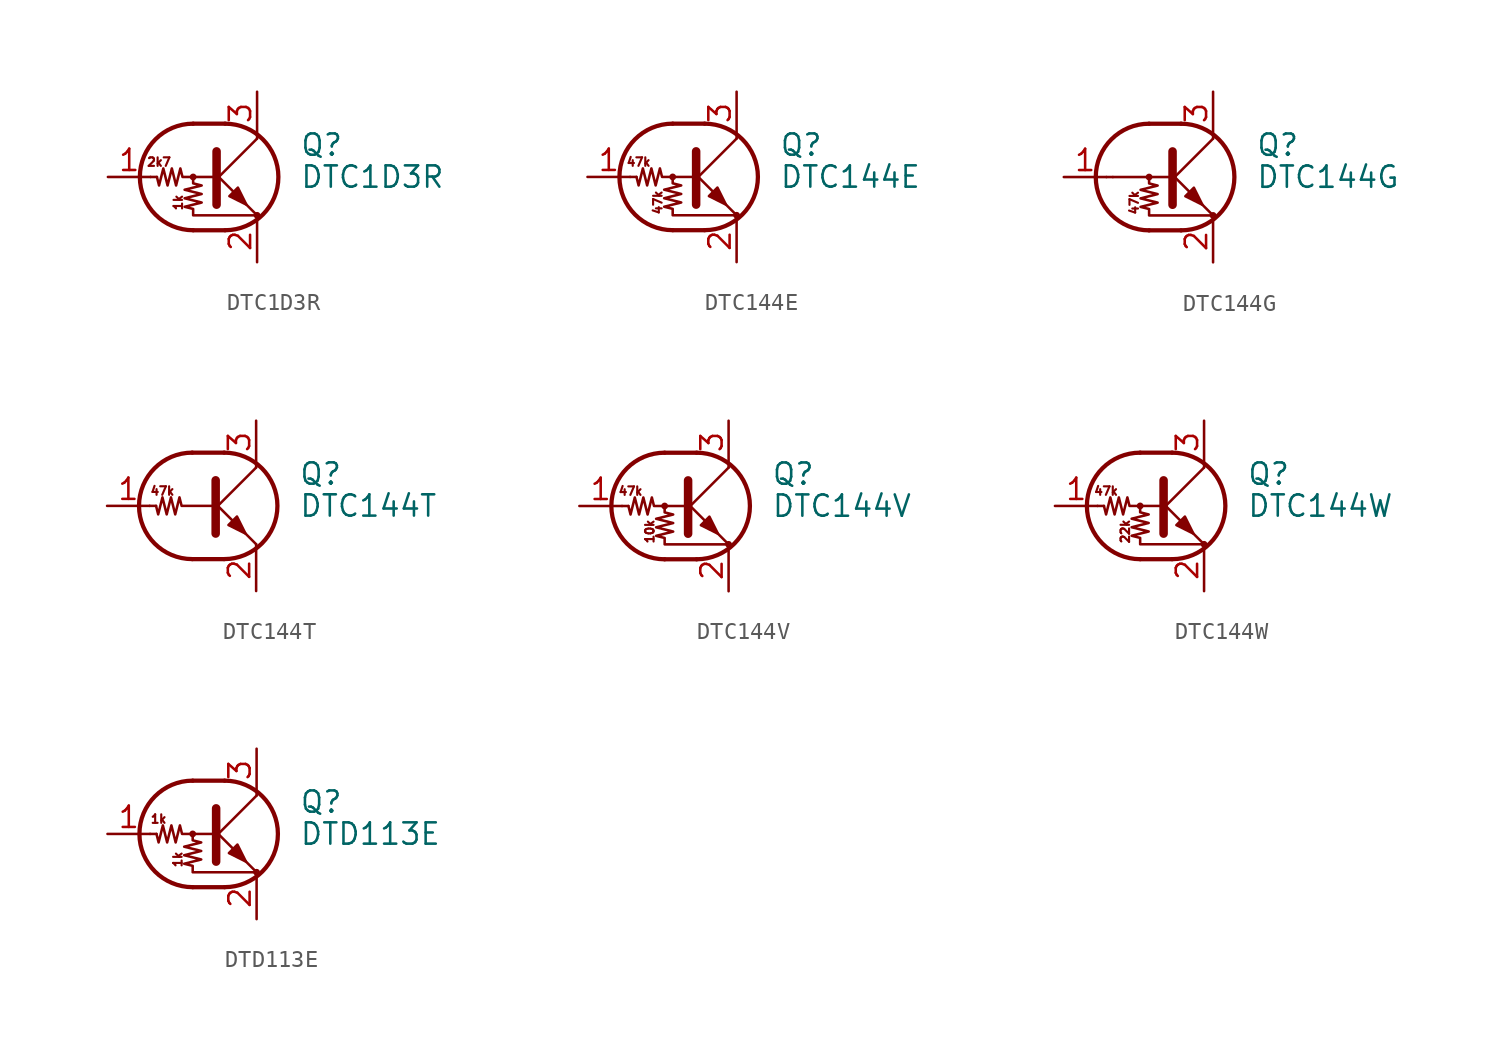
<source format=kicad_sym>
(kicad_symbol_lib
  (version 20220914)
  (generator kicad_symbol_editor)
  (symbol "DTC1D3R"
    (pin_names
      (offset 0) hide)
    (property "Reference" "Q"
      (at 5.08 1.905 0)
      (effects (font (size 1.27 1.27)) (justify left)))
    (property "Value" "DTC1D3R"
      (at 5.08 0 0)
      (effects (font (size 1.27 1.27)) (justify left)))
    (symbol "DTC1D3R_0_0"
      (text "1k" (at -2.159 -1.524 900) (effects (font (size 0.508 0.508))))
      (text "2k7" (at -3.302 0.889 0) (effects (font (size 0.508 0.508)))))
    (symbol "DTC1D3R_0_1"
      (circle (center -1.27 0) (radius 0.127) (stroke (width 0) (type solid)) (fill (type none)))
      (arc (start -1.27 3.175) (mid -4.4312 0) (end -1.27 -3.175) (stroke (width 0.254) (type solid)) (fill (type none)))
      (polyline (pts (xy -3.429 0) (xy -3.81 0)) (stroke (width 0) (type solid)) (fill (type none)))
      (polyline (pts (xy -1.27 -3.175) (xy 0.635 -3.175)) (stroke (width 0.254) (type solid)) (fill (type none)))
      (polyline (pts (xy -1.27 3.175) (xy 0.635 3.175)) (stroke (width 0.254) (type solid)) (fill (type none)))
      (polyline (pts (xy 0 -0.254) (xy 2.54 2.286)) (stroke (width 0) (type solid)) (fill (type none)))
      (polyline (pts (xy 0.127 1.524) (xy 0.127 -1.651)) (stroke (width 0.508) (type solid)) (fill (type outline)))
      (polyline (pts (xy 2.54 2.286) (xy 2.54 2.54)) (stroke (width 0) (type solid)) (fill (type none)))
      (polyline (pts (xy 2.54 -2.286) (xy 0 0.254) (xy 0 0.254)) (stroke (width 0) (type solid)) (fill (type none)))
      (polyline (pts (xy 0.889 -1.143) (xy 1.397 -0.635) (xy 1.905 -1.651) (xy 0.889 -1.143)) (stroke (width 0) (type solid)) (fill (type outline)))
      (polyline (pts (xy 0 0) (xy -1.905 0) (xy -2.032 0.508) (xy -2.286 -0.508) (xy -2.54 0.508) (xy -2.794 -0.508) (xy -3.048 0.508) (xy -3.302 -0.508) (xy -3.429 0)) (stroke (width 0) (type solid)) (fill (type none)))
      (polyline (pts (xy -1.27 0) (xy -1.27 -0.381) (xy -0.762 -0.508) (xy -1.778 -0.762) (xy -0.762 -1.016) (xy -1.778 -1.27) (xy -0.762 -1.524) (xy -1.778 -1.778) (xy -1.27 -1.905) (xy -1.27 -2.286) (xy 2.54 -2.286)) (stroke (width 0) (type solid)) (fill (type none)))
      (arc (start 0.635 -3.175) (mid 3.7962 0) (end 0.635 3.175) (stroke (width 0.254) (type solid)) (fill (type none)))
      (circle (center 2.54 -2.286) (radius 0.127) (stroke (width 0) (type solid)) (fill (type none))))
    (symbol "DTC1D3R_1_1"
      (pin input line (at -6.35 0 0) (length 2.54) (name "B" (effects (font (size 1.27 1.27)))) (number "1" (effects (font (size 1.27 1.27)))))
      (pin passive line (at 2.54 -5.08 90) (length 2.54) (name "E" (effects (font (size 1.27 1.27)))) (number "2" (effects (font (size 1.27 1.27)))))
      (pin passive line (at 2.54 5.08 270) (length 2.54) (name "C" (effects (font (size 1.27 1.27)))) (number "3" (effects (font (size 1.27 1.27)))))))
  (symbol "DTC144E"
    (pin_names
      (offset 0) hide)
    (property "Reference" "Q"
      (at 5.08 1.905 0)
      (effects (font (size 1.27 1.27)) (justify left)))
    (property "Value" "DTC144E"
      (at 5.08 0 0)
      (effects (font (size 1.27 1.27)) (justify left)))
    (symbol "DTC144E_0_0"
      (text "47k" (at -3.302 0.889 0) (effects (font (size 0.508 0.508))))
      (text "47k" (at -2.159 -1.524 900) (effects (font (size 0.508 0.508)))))
    (symbol "DTC144E_0_1"
      (circle (center -1.27 0) (radius 0.127) (stroke (width 0) (type solid)) (fill (type none)))
      (arc (start -1.27 3.175) (mid -4.4312 0) (end -1.27 -3.175) (stroke (width 0.254) (type solid)) (fill (type none)))
      (polyline (pts (xy -3.429 0) (xy -3.81 0)) (stroke (width 0) (type solid)) (fill (type none)))
      (polyline (pts (xy -1.27 -3.175) (xy 0.635 -3.175)) (stroke (width 0.254) (type solid)) (fill (type none)))
      (polyline (pts (xy -1.27 3.175) (xy 0.635 3.175)) (stroke (width 0.254) (type solid)) (fill (type none)))
      (polyline (pts (xy 0 -0.254) (xy 2.54 2.286)) (stroke (width 0) (type solid)) (fill (type none)))
      (polyline (pts (xy 0.127 1.524) (xy 0.127 -1.651)) (stroke (width 0.508) (type solid)) (fill (type outline)))
      (polyline (pts (xy 2.54 2.286) (xy 2.54 2.54)) (stroke (width 0) (type solid)) (fill (type none)))
      (polyline (pts (xy 2.54 -2.286) (xy 0 0.254) (xy 0 0.254)) (stroke (width 0) (type solid)) (fill (type none)))
      (polyline (pts (xy 0.889 -1.143) (xy 1.397 -0.635) (xy 1.905 -1.651) (xy 0.889 -1.143)) (stroke (width 0) (type solid)) (fill (type outline)))
      (polyline (pts (xy 0 0) (xy -1.905 0) (xy -2.032 0.508) (xy -2.286 -0.508) (xy -2.54 0.508) (xy -2.794 -0.508) (xy -3.048 0.508) (xy -3.302 -0.508) (xy -3.429 0)) (stroke (width 0) (type solid)) (fill (type none)))
      (polyline (pts (xy -1.27 0) (xy -1.27 -0.381) (xy -0.762 -0.508) (xy -1.778 -0.762) (xy -0.762 -1.016) (xy -1.778 -1.27) (xy -0.762 -1.524) (xy -1.778 -1.778) (xy -1.27 -1.905) (xy -1.27 -2.286) (xy 2.54 -2.286)) (stroke (width 0) (type solid)) (fill (type none)))
      (arc (start 0.635 -3.175) (mid 3.7962 0) (end 0.635 3.175) (stroke (width 0.254) (type solid)) (fill (type none)))
      (circle (center 2.54 -2.286) (radius 0.127) (stroke (width 0) (type solid)) (fill (type none))))
    (symbol "DTC144E_1_1"
      (pin input line (at -6.35 0 0) (length 2.54) (name "B" (effects (font (size 1.27 1.27)))) (number "1" (effects (font (size 1.27 1.27)))))
      (pin passive line (at 2.54 -5.08 90) (length 2.54) (name "E" (effects (font (size 1.27 1.27)))) (number "2" (effects (font (size 1.27 1.27)))))
      (pin passive line (at 2.54 5.08 270) (length 2.54) (name "C" (effects (font (size 1.27 1.27)))) (number "3" (effects (font (size 1.27 1.27)))))))
  (symbol "DTC144G"
    (pin_names
      (offset 0) hide)
    (property "Reference" "Q"
      (at 5.08 1.905 0)
      (effects (font (size 1.27 1.27)) (justify left)))
    (property "Value" "DTC144G"
      (at 5.08 0 0)
      (effects (font (size 1.27 1.27)) (justify left)))
    (symbol "DTC144G_0_0"
      (polyline (pts (xy -3.429 0) (xy 0 0)) (stroke (width 0) (type solid)) (fill (type none)))
      (text "47k" (at -2.159 -1.524 900) (effects (font (size 0.508 0.508)))))
    (symbol "DTC144G_0_1"
      (circle (center -1.27 0) (radius 0.127) (stroke (width 0) (type solid)) (fill (type none)))
      (arc (start -1.27 3.175) (mid -4.4312 0) (end -1.27 -3.175) (stroke (width 0.254) (type solid)) (fill (type none)))
      (polyline (pts (xy -3.429 0) (xy -3.81 0)) (stroke (width 0) (type solid)) (fill (type none)))
      (polyline (pts (xy -1.27 -3.175) (xy 0.635 -3.175)) (stroke (width 0.254) (type solid)) (fill (type none)))
      (polyline (pts (xy -1.27 3.175) (xy 0.635 3.175)) (stroke (width 0.254) (type solid)) (fill (type none)))
      (polyline (pts (xy 0 -0.254) (xy 2.54 2.286)) (stroke (width 0) (type solid)) (fill (type none)))
      (polyline (pts (xy 0.127 1.524) (xy 0.127 -1.651)) (stroke (width 0.508) (type solid)) (fill (type outline)))
      (polyline (pts (xy 2.54 2.286) (xy 2.54 2.54)) (stroke (width 0) (type solid)) (fill (type none)))
      (polyline (pts (xy 2.54 -2.286) (xy 0 0.254) (xy 0 0.254)) (stroke (width 0) (type solid)) (fill (type none)))
      (polyline (pts (xy 0.889 -1.143) (xy 1.397 -0.635) (xy 1.905 -1.651) (xy 0.889 -1.143)) (stroke (width 0) (type solid)) (fill (type outline)))
      (polyline (pts (xy -1.27 0) (xy -1.27 -0.381) (xy -0.762 -0.508) (xy -1.778 -0.762) (xy -0.762 -1.016) (xy -1.778 -1.27) (xy -0.762 -1.524) (xy -1.778 -1.778) (xy -1.27 -1.905) (xy -1.27 -2.286) (xy 2.54 -2.286)) (stroke (width 0) (type solid)) (fill (type none)))
      (arc (start 0.635 -3.175) (mid 3.7962 0) (end 0.635 3.175) (stroke (width 0.254) (type solid)) (fill (type none)))
      (circle (center 2.54 -2.286) (radius 0.127) (stroke (width 0) (type solid)) (fill (type none))))
    (symbol "DTC144G_1_1"
      (pin input line (at -6.35 0 0) (length 2.54) (name "B" (effects (font (size 1.27 1.27)))) (number "1" (effects (font (size 1.27 1.27)))))
      (pin passive line (at 2.54 -5.08 90) (length 2.54) (name "E" (effects (font (size 1.27 1.27)))) (number "2" (effects (font (size 1.27 1.27)))))
      (pin passive line (at 2.54 5.08 270) (length 2.54) (name "C" (effects (font (size 1.27 1.27)))) (number "3" (effects (font (size 1.27 1.27)))))))
  (symbol "DTC144T"
    (pin_names
      (offset 0) hide)
    (property "Reference" "Q"
      (at 5.08 1.905 0)
      (effects (font (size 1.27 1.27)) (justify left)))
    (property "Value" "DTC144T"
      (at 5.08 0 0)
      (effects (font (size 1.27 1.27)) (justify left)))
    (symbol "DTC144T_0_0"
      (polyline (pts (xy 2.54 -2.286) (xy 2.54 -2.54)) (stroke (width 0) (type solid)) (fill (type none)))
      (text "47k" (at -3.048 0.889 0) (effects (font (size 0.508 0.508)))))
    (symbol "DTC144T_0_1"
      (arc (start -1.27 3.175) (mid -4.4312 0) (end -1.27 -3.175) (stroke (width 0.254) (type solid)) (fill (type none)))
      (polyline (pts (xy -3.429 0) (xy -3.81 0)) (stroke (width 0) (type solid)) (fill (type none)))
      (polyline (pts (xy -1.27 -3.175) (xy 0.635 -3.175)) (stroke (width 0.254) (type solid)) (fill (type none)))
      (polyline (pts (xy -1.27 3.175) (xy 0.635 3.175)) (stroke (width 0.254) (type solid)) (fill (type none)))
      (polyline (pts (xy 0 -0.254) (xy 2.54 2.286)) (stroke (width 0) (type solid)) (fill (type none)))
      (polyline (pts (xy 0.127 1.524) (xy 0.127 -1.651)) (stroke (width 0.508) (type solid)) (fill (type outline)))
      (polyline (pts (xy 2.54 2.286) (xy 2.54 2.54)) (stroke (width 0) (type solid)) (fill (type none)))
      (polyline (pts (xy 2.54 -2.286) (xy 0 0.254) (xy 0 0.254)) (stroke (width 0) (type solid)) (fill (type none)))
      (polyline (pts (xy 0.889 -1.143) (xy 1.397 -0.635) (xy 1.905 -1.651) (xy 0.889 -1.143)) (stroke (width 0) (type solid)) (fill (type outline)))
      (polyline (pts (xy 0 0) (xy -1.905 0) (xy -2.032 0.508) (xy -2.286 -0.508) (xy -2.54 0.508) (xy -2.794 -0.508) (xy -3.048 0.508) (xy -3.302 -0.508) (xy -3.429 0)) (stroke (width 0) (type solid)) (fill (type none)))
      (arc (start 0.635 -3.175) (mid 3.7962 0) (end 0.635 3.175) (stroke (width 0.254) (type solid)) (fill (type none))))
    (symbol "DTC144T_1_1"
      (pin input line (at -6.35 0 0) (length 2.54) (name "B" (effects (font (size 1.27 1.27)))) (number "1" (effects (font (size 1.27 1.27)))))
      (pin passive line (at 2.54 -5.08 90) (length 2.54) (name "E" (effects (font (size 1.27 1.27)))) (number "2" (effects (font (size 1.27 1.27)))))
      (pin passive line (at 2.54 5.08 270) (length 2.54) (name "C" (effects (font (size 1.27 1.27)))) (number "3" (effects (font (size 1.27 1.27)))))))
  (symbol "DTC144V"
    (pin_names
      (offset 0) hide)
    (property "Reference" "Q"
      (at 5.08 1.905 0)
      (effects (font (size 1.27 1.27)) (justify left)))
    (property "Value" "DTC144V"
      (at 5.08 0 0)
      (effects (font (size 1.27 1.27)) (justify left)))
    (symbol "DTC144V_0_0"
      (text "10k" (at -2.159 -1.524 900) (effects (font (size 0.508 0.508))))
      (text "47k" (at -3.302 0.889 0) (effects (font (size 0.508 0.508)))))
    (symbol "DTC144V_0_1"
      (circle (center -1.27 0) (radius 0.127) (stroke (width 0) (type solid)) (fill (type none)))
      (arc (start -1.27 3.175) (mid -4.4312 0) (end -1.27 -3.175) (stroke (width 0.254) (type solid)) (fill (type none)))
      (polyline (pts (xy -3.429 0) (xy -3.81 0)) (stroke (width 0) (type solid)) (fill (type none)))
      (polyline (pts (xy -1.27 -3.175) (xy 0.635 -3.175)) (stroke (width 0.254) (type solid)) (fill (type none)))
      (polyline (pts (xy -1.27 3.175) (xy 0.635 3.175)) (stroke (width 0.254) (type solid)) (fill (type none)))
      (polyline (pts (xy 0 -0.254) (xy 2.54 2.286)) (stroke (width 0) (type solid)) (fill (type none)))
      (polyline (pts (xy 0.127 1.524) (xy 0.127 -1.651)) (stroke (width 0.508) (type solid)) (fill (type outline)))
      (polyline (pts (xy 2.54 2.286) (xy 2.54 2.54)) (stroke (width 0) (type solid)) (fill (type none)))
      (polyline (pts (xy 2.54 -2.286) (xy 0 0.254) (xy 0 0.254)) (stroke (width 0) (type solid)) (fill (type none)))
      (polyline (pts (xy 0.889 -1.143) (xy 1.397 -0.635) (xy 1.905 -1.651) (xy 0.889 -1.143)) (stroke (width 0) (type solid)) (fill (type outline)))
      (polyline (pts (xy 0 0) (xy -1.905 0) (xy -2.032 0.508) (xy -2.286 -0.508) (xy -2.54 0.508) (xy -2.794 -0.508) (xy -3.048 0.508) (xy -3.302 -0.508) (xy -3.429 0)) (stroke (width 0) (type solid)) (fill (type none)))
      (polyline (pts (xy -1.27 0) (xy -1.27 -0.381) (xy -0.762 -0.508) (xy -1.778 -0.762) (xy -0.762 -1.016) (xy -1.778 -1.27) (xy -0.762 -1.524) (xy -1.778 -1.778) (xy -1.27 -1.905) (xy -1.27 -2.286) (xy 2.54 -2.286)) (stroke (width 0) (type solid)) (fill (type none)))
      (arc (start 0.635 -3.175) (mid 3.7962 0) (end 0.635 3.175) (stroke (width 0.254) (type solid)) (fill (type none)))
      (circle (center 2.54 -2.286) (radius 0.127) (stroke (width 0) (type solid)) (fill (type none))))
    (symbol "DTC144V_1_1"
      (pin input line (at -6.35 0 0) (length 2.54) (name "B" (effects (font (size 1.27 1.27)))) (number "1" (effects (font (size 1.27 1.27)))))
      (pin passive line (at 2.54 -5.08 90) (length 2.54) (name "E" (effects (font (size 1.27 1.27)))) (number "2" (effects (font (size 1.27 1.27)))))
      (pin passive line (at 2.54 5.08 270) (length 2.54) (name "C" (effects (font (size 1.27 1.27)))) (number "3" (effects (font (size 1.27 1.27)))))))
  (symbol "DTC144W"
    (pin_names
      (offset 0) hide)
    (property "Reference" "Q"
      (at 5.08 1.905 0)
      (effects (font (size 1.27 1.27)) (justify left)))
    (property "Value" "DTC144W"
      (at 5.08 0 0)
      (effects (font (size 1.27 1.27)) (justify left)))
    (symbol "DTC144W_0_0"
      (text "22k" (at -2.159 -1.524 900) (effects (font (size 0.508 0.508))))
      (text "47k" (at -3.302 0.889 0) (effects (font (size 0.508 0.508)))))
    (symbol "DTC144W_0_1"
      (circle (center -1.27 0) (radius 0.127) (stroke (width 0) (type solid)) (fill (type none)))
      (arc (start -1.27 3.175) (mid -4.4312 0) (end -1.27 -3.175) (stroke (width 0.254) (type solid)) (fill (type none)))
      (polyline (pts (xy -3.429 0) (xy -3.81 0)) (stroke (width 0) (type solid)) (fill (type none)))
      (polyline (pts (xy -1.27 -3.175) (xy 0.635 -3.175)) (stroke (width 0.254) (type solid)) (fill (type none)))
      (polyline (pts (xy -1.27 3.175) (xy 0.635 3.175)) (stroke (width 0.254) (type solid)) (fill (type none)))
      (polyline (pts (xy 0 -0.254) (xy 2.54 2.286)) (stroke (width 0) (type solid)) (fill (type none)))
      (polyline (pts (xy 0.127 1.524) (xy 0.127 -1.651)) (stroke (width 0.508) (type solid)) (fill (type outline)))
      (polyline (pts (xy 2.54 2.286) (xy 2.54 2.54)) (stroke (width 0) (type solid)) (fill (type none)))
      (polyline (pts (xy 2.54 -2.286) (xy 0 0.254) (xy 0 0.254)) (stroke (width 0) (type solid)) (fill (type none)))
      (polyline (pts (xy 0.889 -1.143) (xy 1.397 -0.635) (xy 1.905 -1.651) (xy 0.889 -1.143)) (stroke (width 0) (type solid)) (fill (type outline)))
      (polyline (pts (xy 0 0) (xy -1.905 0) (xy -2.032 0.508) (xy -2.286 -0.508) (xy -2.54 0.508) (xy -2.794 -0.508) (xy -3.048 0.508) (xy -3.302 -0.508) (xy -3.429 0)) (stroke (width 0) (type solid)) (fill (type none)))
      (polyline (pts (xy -1.27 0) (xy -1.27 -0.381) (xy -0.762 -0.508) (xy -1.778 -0.762) (xy -0.762 -1.016) (xy -1.778 -1.27) (xy -0.762 -1.524) (xy -1.778 -1.778) (xy -1.27 -1.905) (xy -1.27 -2.286) (xy 2.54 -2.286)) (stroke (width 0) (type solid)) (fill (type none)))
      (arc (start 0.635 -3.175) (mid 3.7962 0) (end 0.635 3.175) (stroke (width 0.254) (type solid)) (fill (type none)))
      (circle (center 2.54 -2.286) (radius 0.127) (stroke (width 0) (type solid)) (fill (type none))))
    (symbol "DTC144W_1_1"
      (pin input line (at -6.35 0 0) (length 2.54) (name "B" (effects (font (size 1.27 1.27)))) (number "1" (effects (font (size 1.27 1.27)))))
      (pin passive line (at 2.54 -5.08 90) (length 2.54) (name "E" (effects (font (size 1.27 1.27)))) (number "2" (effects (font (size 1.27 1.27)))))
      (pin passive line (at 2.54 5.08 270) (length 2.54) (name "C" (effects (font (size 1.27 1.27)))) (number "3" (effects (font (size 1.27 1.27)))))))
  (symbol "DTD113E"
    (pin_names
      (offset 0) hide)
    (property "Reference" "Q"
      (at 5.08 1.905 0)
      (effects (font (size 1.27 1.27)) (justify left)))
    (property "Value" "DTD113E"
      (at 5.08 0 0)
      (effects (font (size 1.27 1.27)) (justify left)))
    (symbol "DTD113E_0_0"
      (text "1k" (at -3.302 0.889 0) (effects (font (size 0.508 0.508))))
      (text "1k" (at -2.159 -1.524 900) (effects (font (size 0.508 0.508)))))
    (symbol "DTD113E_0_1"
      (circle (center -1.27 0) (radius 0.127) (stroke (width 0) (type solid)) (fill (type none)))
      (arc (start -1.27 3.175) (mid -4.4312 0) (end -1.27 -3.175) (stroke (width 0.254) (type solid)) (fill (type none)))
      (polyline (pts (xy -3.429 0) (xy -3.81 0)) (stroke (width 0) (type solid)) (fill (type none)))
      (polyline (pts (xy -1.27 -3.175) (xy 0.635 -3.175)) (stroke (width 0.254) (type solid)) (fill (type none)))
      (polyline (pts (xy -1.27 3.175) (xy 0.635 3.175)) (stroke (width 0.254) (type solid)) (fill (type none)))
      (polyline (pts (xy 0 -0.254) (xy 2.54 2.286)) (stroke (width 0) (type solid)) (fill (type none)))
      (polyline (pts (xy 0.127 1.524) (xy 0.127 -1.651)) (stroke (width 0.508) (type solid)) (fill (type outline)))
      (polyline (pts (xy 2.54 2.286) (xy 2.54 2.54)) (stroke (width 0) (type solid)) (fill (type none)))
      (polyline (pts (xy 2.54 -2.286) (xy 0 0.254) (xy 0 0.254)) (stroke (width 0) (type solid)) (fill (type none)))
      (polyline (pts (xy 0.889 -1.143) (xy 1.397 -0.635) (xy 1.905 -1.651) (xy 0.889 -1.143)) (stroke (width 0) (type solid)) (fill (type outline)))
      (polyline (pts (xy 0 0) (xy -1.905 0) (xy -2.032 0.508) (xy -2.286 -0.508) (xy -2.54 0.508) (xy -2.794 -0.508) (xy -3.048 0.508) (xy -3.302 -0.508) (xy -3.429 0)) (stroke (width 0) (type solid)) (fill (type none)))
      (polyline (pts (xy -1.27 0) (xy -1.27 -0.381) (xy -0.762 -0.508) (xy -1.778 -0.762) (xy -0.762 -1.016) (xy -1.778 -1.27) (xy -0.762 -1.524) (xy -1.778 -1.778) (xy -1.27 -1.905) (xy -1.27 -2.286) (xy 2.54 -2.286)) (stroke (width 0) (type solid)) (fill (type none)))
      (arc (start 0.635 -3.175) (mid 3.7962 0) (end 0.635 3.175) (stroke (width 0.254) (type solid)) (fill (type none)))
      (circle (center 2.54 -2.286) (radius 0.127) (stroke (width 0) (type solid)) (fill (type none))))
    (symbol "DTD113E_1_1"
      (pin input line (at -6.35 0 0) (length 2.54) (name "B" (effects (font (size 1.27 1.27)))) (number "1" (effects (font (size 1.27 1.27)))))
      (pin passive line (at 2.54 -5.08 90) (length 2.54) (name "E" (effects (font (size 1.27 1.27)))) (number "2" (effects (font (size 1.27 1.27)))))
      (pin passive line (at 2.54 5.08 270) (length 2.54) (name "C" (effects (font (size 1.27 1.27)))) (number "3" (effects (font (size 1.27 1.27))))))))
</source>
